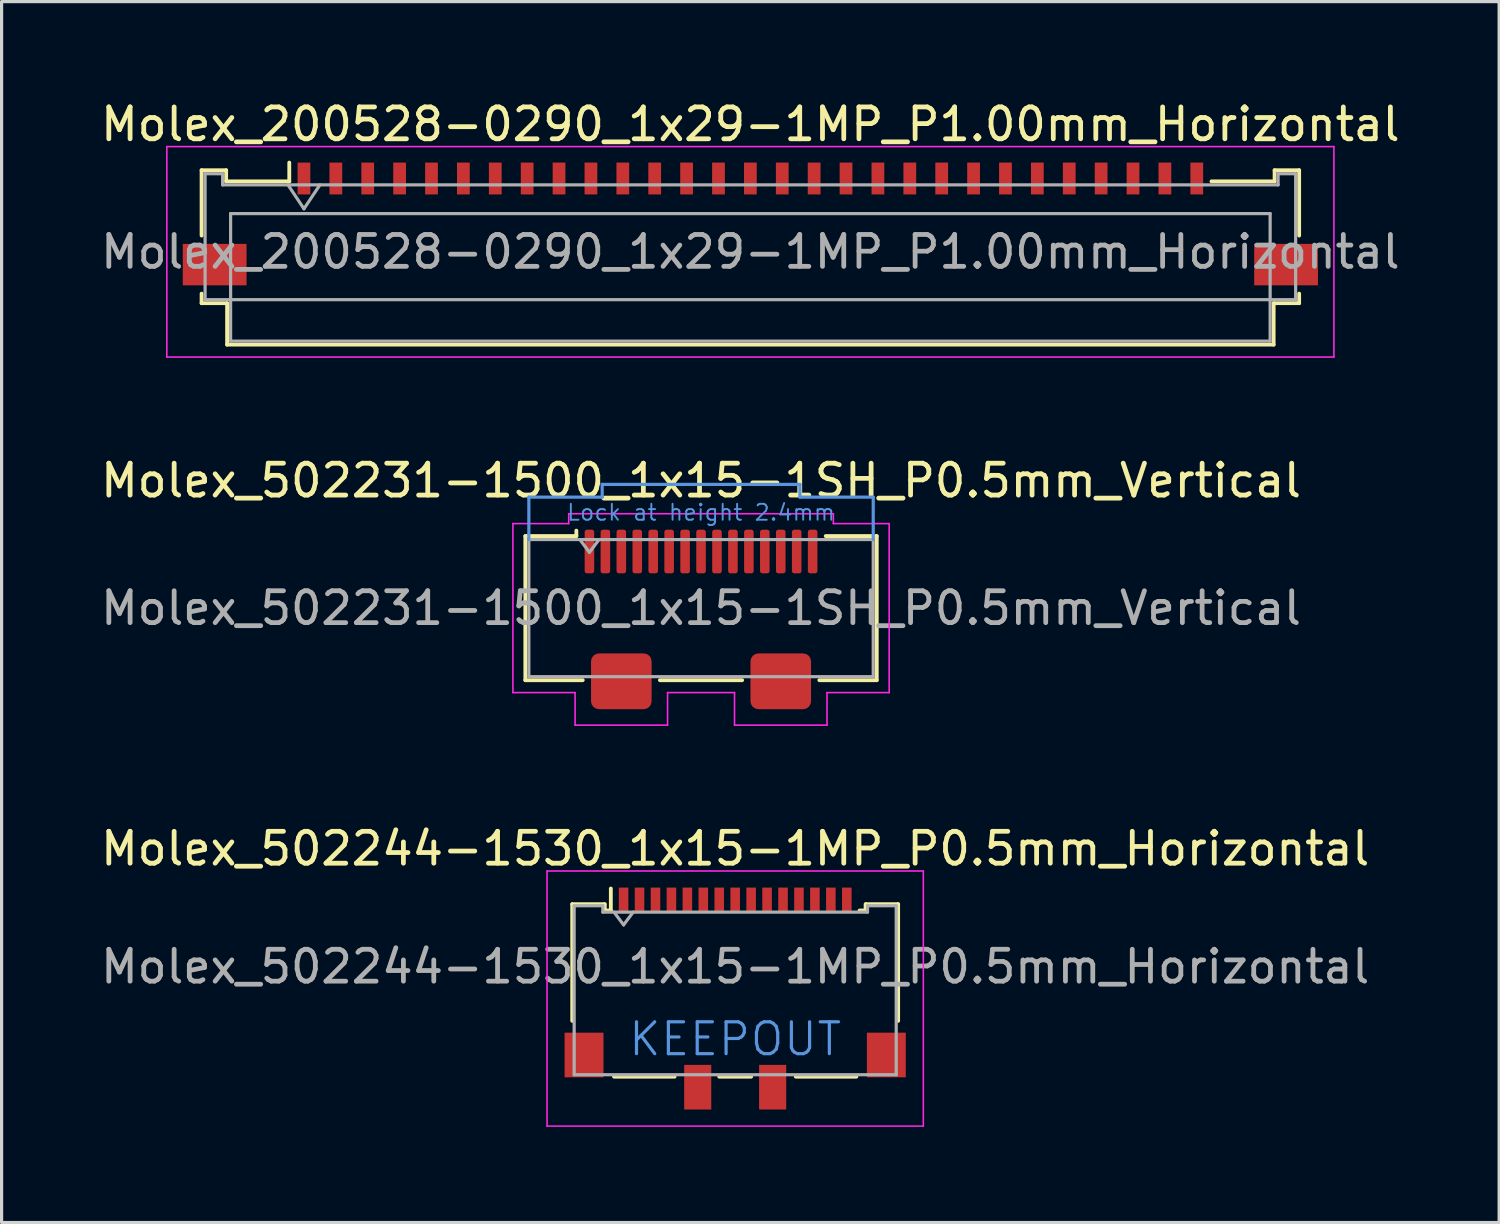
<source format=kicad_pcb>
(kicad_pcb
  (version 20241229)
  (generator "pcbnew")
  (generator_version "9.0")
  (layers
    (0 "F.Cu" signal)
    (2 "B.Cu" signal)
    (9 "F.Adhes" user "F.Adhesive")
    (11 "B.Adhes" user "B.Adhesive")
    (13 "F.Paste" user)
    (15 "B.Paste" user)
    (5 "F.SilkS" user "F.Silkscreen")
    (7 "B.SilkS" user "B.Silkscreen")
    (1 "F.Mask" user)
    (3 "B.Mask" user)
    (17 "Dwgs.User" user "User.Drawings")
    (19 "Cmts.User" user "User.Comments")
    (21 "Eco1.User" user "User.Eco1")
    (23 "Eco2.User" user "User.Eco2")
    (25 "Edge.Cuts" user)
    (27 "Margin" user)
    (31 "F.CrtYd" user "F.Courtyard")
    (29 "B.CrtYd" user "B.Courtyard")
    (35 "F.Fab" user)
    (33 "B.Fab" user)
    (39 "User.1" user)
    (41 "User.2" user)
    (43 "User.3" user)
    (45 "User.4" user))
  (footprint "Molex_502231-1500_1x15-1SH_P0.5mm_Vertical"
    (layer "F.Cu")
    (at 18.935 15.291)
    (property "Reference" "Molex_502231-1500_1x15-1SH_P0.5mm_Vertical" (at 0 -3.27 0) (layer "F.SilkS") (effects (font (size 1 1) (thickness 0.15))))
    (attr smd)
    (fp_line (start -5.51 2.99) (end -5.51 -1.53) (stroke (width 0.12) (type solid)) (layer "F.SilkS"))
    (fp_line (start -3.91 -1.53) (end -5.51 -1.53) (stroke (width 0.12) (type solid)) (layer "F.SilkS"))
    (fp_line (start -3.91 -1.53) (end -3.91 -1.7) (stroke (width 0.12) (type solid)) (layer "F.SilkS"))
    (fp_line (start -3.71 2.99) (end -5.51 2.99) (stroke (width 0.12) (type solid)) (layer "F.SilkS"))
    (fp_line (start -1.29 2.99) (end 1.29 2.99) (stroke (width 0.12) (type solid)) (layer "F.SilkS"))
    (fp_line (start 3.71 2.99) (end 5.51 2.99) (stroke (width 0.12) (type solid)) (layer "F.SilkS"))
    (fp_line (start 3.91 -1.53) (end 5.51 -1.53) (stroke (width 0.12) (type solid)) (layer "F.SilkS"))
    (fp_line (start 5.51 2.99) (end 5.51 -1.53) (stroke (width 0.12) (type solid)) (layer "F.SilkS"))
    (fp_line (start -5.4 -2.75) (end -5.4 -1.42) (stroke (width 0.1) (type solid)) (layer "Cmts.User"))
    (fp_line (start -3.1 -3.15) (end -3.1 -2.75) (stroke (width 0.1) (type solid)) (layer "Cmts.User"))
    (fp_line (start -3.1 -3.15) (end 3.1 -3.15) (stroke (width 0.1) (type solid)) (layer "Cmts.User"))
    (fp_line (start -3.1 -2.75) (end -5.4 -2.75) (stroke (width 0.1) (type solid)) (layer "Cmts.User"))
    (fp_line (start 3.1 -3.15) (end 3.1 -2.75) (stroke (width 0.1) (type solid)) (layer "Cmts.User"))
    (fp_line (start 3.1 -2.75) (end 5.4 -2.75) (stroke (width 0.1) (type solid)) (layer "Cmts.User"))
    (fp_line (start 5.4 -2.75) (end 5.4 -1.42) (stroke (width 0.1) (type solid)) (layer "Cmts.User"))
    (fp_line (start -5.9 -1.92) (end -4.15 -1.92) (stroke (width 0.05) (type solid)) (layer "F.CrtYd"))
    (fp_line (start -5.9 3.38) (end -5.9 -1.92) (stroke (width 0.05) (type solid)) (layer "F.CrtYd"))
    (fp_line (start -4.15 -1.92) (end -4.15 -2.23) (stroke (width 0.05) (type solid)) (layer "F.CrtYd"))
    (fp_line (start -3.95 3.38) (end -5.9 3.38) (stroke (width 0.05) (type solid)) (layer "F.CrtYd"))
    (fp_line (start -3.95 3.38) (end -3.95 4.4) (stroke (width 0.05) (type solid)) (layer "F.CrtYd"))
    (fp_line (start -1.05 3.38) (end -1.05 4.4) (stroke (width 0.05) (type solid)) (layer "F.CrtYd"))
    (fp_line (start -1.05 4.4) (end -3.95 4.4) (stroke (width 0.05) (type solid)) (layer "F.CrtYd"))
    (fp_line (start 1.05 3.38) (end -1.05 3.38) (stroke (width 0.05) (type solid)) (layer "F.CrtYd"))
    (fp_line (start 1.05 3.38) (end 1.05 4.4) (stroke (width 0.05) (type solid)) (layer "F.CrtYd"))
    (fp_line (start 1.05 4.4) (end 3.95 4.4) (stroke (width 0.05) (type solid)) (layer "F.CrtYd"))
    (fp_line (start 3.95 3.38) (end 3.95 4.4) (stroke (width 0.05) (type solid)) (layer "F.CrtYd"))
    (fp_line (start 3.95 3.38) (end 5.9 3.38) (stroke (width 0.05) (type solid)) (layer "F.CrtYd"))
    (fp_line (start 4.15 -2.23) (end -4.15 -2.23) (stroke (width 0.05) (type solid)) (layer "F.CrtYd"))
    (fp_line (start 4.15 -1.92) (end 4.15 -2.23) (stroke (width 0.05) (type solid)) (layer "F.CrtYd"))
    (fp_line (start 5.9 -1.92) (end 4.15 -1.92) (stroke (width 0.05) (type solid)) (layer "F.CrtYd"))
    (fp_line (start 5.9 3.38) (end 5.9 -1.92) (stroke (width 0.05) (type solid)) (layer "F.CrtYd"))
    (fp_line (start -5.4 -1.42) (end -5.4 2.88) (stroke (width 0.1) (type solid)) (layer "F.Fab"))
    (fp_line (start -5.4 -1.42) (end 5.4 -1.42) (stroke (width 0.1) (type solid)) (layer "F.Fab"))
    (fp_line (start -5.4 2.88) (end 5.4 2.88) (stroke (width 0.1) (type solid)) (layer "F.Fab"))
    (fp_line (start -3.8 -1.42) (end -3.5 -1.02) (stroke (width 0.1) (type solid)) (layer "F.Fab"))
    (fp_line (start -3.5 -1.02) (end -3.2 -1.42) (stroke (width 0.1) (type solid)) (layer "F.Fab"))
    (fp_line (start 5.4 -1.42) (end 5.4 2.88) (stroke (width 0.1) (type solid)) (layer "F.Fab"))
    (fp_text user "Lock at height 2.4mm" (at 0 -2.27 0) (layer "Cmts.User") (effects (font (size 0.5 0.5) (thickness 0.06))))
    (fp_text user "${REFERENCE}" (at 0 0.73 0) (layer "F.Fab") (effects (font (size 1 1) (thickness 0.15))))
    (pad "1" smd roundrect (at -3.5 -1.045) (size 0.3 1.37) (layers "F.Cu" "F.Mask" "F.Paste") (roundrect_rratio 0.25))
    (pad "2" smd roundrect (at -3 -1.045) (size 0.3 1.37) (layers "F.Cu" "F.Mask" "F.Paste") (roundrect_rratio 0.25))
    (pad "3" smd roundrect (at -2.5 -1.045) (size 0.3 1.37) (layers "F.Cu" "F.Mask" "F.Paste") (roundrect_rratio 0.25))
    (pad "4" smd roundrect (at -2 -1.045) (size 0.3 1.37) (layers "F.Cu" "F.Mask" "F.Paste") (roundrect_rratio 0.25))
    (pad "5" smd roundrect (at -1.5 -1.045) (size 0.3 1.37) (layers "F.Cu" "F.Mask" "F.Paste") (roundrect_rratio 0.25))
    (pad "6" smd roundrect (at -1 -1.045) (size 0.3 1.37) (layers "F.Cu" "F.Mask" "F.Paste") (roundrect_rratio 0.25))
    (pad "7" smd roundrect (at -0.5 -1.045) (size 0.3 1.37) (layers "F.Cu" "F.Mask" "F.Paste") (roundrect_rratio 0.25))
    (pad "8" smd roundrect (at 0 -1.045) (size 0.3 1.37) (layers "F.Cu" "F.Mask" "F.Paste") (roundrect_rratio 0.25))
    (pad "9" smd roundrect (at 0.5 -1.045) (size 0.3 1.37) (layers "F.Cu" "F.Mask" "F.Paste") (roundrect_rratio 0.25))
    (pad "10" smd roundrect (at 1 -1.045) (size 0.3 1.37) (layers "F.Cu" "F.Mask" "F.Paste") (roundrect_rratio 0.25))
    (pad "11" smd roundrect (at 1.5 -1.045) (size 0.3 1.37) (layers "F.Cu" "F.Mask" "F.Paste") (roundrect_rratio 0.25))
    (pad "12" smd roundrect (at 2 -1.045) (size 0.3 1.37) (layers "F.Cu" "F.Mask" "F.Paste") (roundrect_rratio 0.25))
    (pad "13" smd roundrect (at 2.5 -1.045) (size 0.3 1.37) (layers "F.Cu" "F.Mask" "F.Paste") (roundrect_rratio 0.25))
    (pad "14" smd roundrect (at 3 -1.045) (size 0.3 1.37) (layers "F.Cu" "F.Mask" "F.Paste") (roundrect_rratio 0.25))
    (pad "15" smd roundrect (at 3.5 -1.045) (size 0.3 1.37) (layers "F.Cu" "F.Mask" "F.Paste") (roundrect_rratio 0.25))
    (pad "SH" smd roundrect (at -2.5 3.025) (size 1.9 1.75) (layers "F.Cu" "F.Mask" "F.Paste") (roundrect_rratio 0.143))
    (pad "SH" smd roundrect (at 2.5 3.025) (size 1.9 1.75) (layers "F.Cu" "F.Mask" "F.Paste") (roundrect_rratio 0.143)))
  (footprint "Molex_200528-0290_1x29-1MP_P1.00mm_Horizontal"
    (layer "F.Cu")
    (at 20.482 3.458)
    (property "Reference" "Molex_200528-0290_1x29-1MP_P1.00mm_Horizontal" (at 0 -2.61 0) (layer "F.SilkS") (effects (font (size 1 1) (thickness 0.15))))
    (attr smd)
    (fp_line (start -17.21 -1.17) (end -17.21 0.88) (stroke (width 0.12) (type solid)) (layer "F.SilkS"))
    (fp_line (start -17.21 2.7) (end -17.21 3) (stroke (width 0.12) (type solid)) (layer "F.SilkS"))
    (fp_line (start -17.21 3) (end -16.41 3) (stroke (width 0.12) (type solid)) (layer "F.SilkS"))
    (fp_line (start -16.44 -1.17) (end -17.21 -1.17) (stroke (width 0.12) (type solid)) (layer "F.SilkS"))
    (fp_line (start -16.44 -0.82) (end -16.44 -1.17) (stroke (width 0.12) (type solid)) (layer "F.SilkS"))
    (fp_line (start -16.41 3) (end -16.41 4.3) (stroke (width 0.12) (type solid)) (layer "F.SilkS"))
    (fp_line (start -16.41 4.3) (end 16.41 4.3) (stroke (width 0.12) (type solid)) (layer "F.SilkS"))
    (fp_line (start -14.46 -1.41) (end -14.46 -0.82) (stroke (width 0.12) (type solid)) (layer "F.SilkS"))
    (fp_line (start -14.46 -0.82) (end -16.44 -0.82) (stroke (width 0.12) (type solid)) (layer "F.SilkS"))
    (fp_line (start 16.41 3) (end 17.21 3) (stroke (width 0.12) (type solid)) (layer "F.SilkS"))
    (fp_line (start 16.41 4.3) (end 16.41 3) (stroke (width 0.12) (type solid)) (layer "F.SilkS"))
    (fp_line (start 16.44 -1.17) (end 16.44 -0.82) (stroke (width 0.12) (type solid)) (layer "F.SilkS"))
    (fp_line (start 16.44 -0.82) (end 14.46 -0.82) (stroke (width 0.12) (type solid)) (layer "F.SilkS"))
    (fp_line (start 17.21 -1.17) (end 16.44 -1.17) (stroke (width 0.12) (type solid)) (layer "F.SilkS"))
    (fp_line (start 17.21 0.88) (end 17.21 -1.17) (stroke (width 0.12) (type solid)) (layer "F.SilkS"))
    (fp_line (start 17.21 3) (end 17.21 2.7) (stroke (width 0.12) (type solid)) (layer "F.SilkS"))
    (fp_line (start -18.3 -1.91) (end -18.3 4.69) (stroke (width 0.05) (type solid)) (layer "F.CrtYd"))
    (fp_line (start -18.3 4.69) (end 18.3 4.69) (stroke (width 0.05) (type solid)) (layer "F.CrtYd"))
    (fp_line (start 18.3 -1.91) (end -18.3 -1.91) (stroke (width 0.05) (type solid)) (layer "F.CrtYd"))
    (fp_line (start 18.3 4.69) (end 18.3 -1.91) (stroke (width 0.05) (type solid)) (layer "F.CrtYd"))
    (fp_line (start -17.1 -1.06) (end -17.1 2.89) (stroke (width 0.1) (type solid)) (layer "F.Fab"))
    (fp_line (start -17.1 2.89) (end 17.1 2.89) (stroke (width 0.1) (type solid)) (layer "F.Fab"))
    (fp_line (start -16.55 -1.06) (end -17.1 -1.06) (stroke (width 0.1) (type solid)) (layer "F.Fab"))
    (fp_line (start -16.55 -0.71) (end -16.55 -1.06) (stroke (width 0.1) (type solid)) (layer "F.Fab"))
    (fp_line (start -16.3 0.19) (end -16.3 4.19) (stroke (width 0.1) (type solid)) (layer "F.Fab"))
    (fp_line (start -16.3 4.19) (end 16.3 4.19) (stroke (width 0.1) (type solid)) (layer "F.Fab"))
    (fp_line (start -14.5 -0.71) (end -14 0.04) (stroke (width 0.1) (type solid)) (layer "F.Fab"))
    (fp_line (start -14 0.04) (end -13.5 -0.71) (stroke (width 0.1) (type solid)) (layer "F.Fab"))
    (fp_line (start 16.3 0.19) (end -16.3 0.19) (stroke (width 0.1) (type solid)) (layer "F.Fab"))
    (fp_line (start 16.3 4.19) (end 16.3 0.19) (stroke (width 0.1) (type solid)) (layer "F.Fab"))
    (fp_line (start 16.55 -1.06) (end 16.55 -0.71) (stroke (width 0.1) (type solid)) (layer "F.Fab"))
    (fp_line (start 16.55 -0.71) (end -16.55 -0.71) (stroke (width 0.1) (type solid)) (layer "F.Fab"))
    (fp_line (start 17.1 -1.06) (end 16.55 -1.06) (stroke (width 0.1) (type solid)) (layer "F.Fab"))
    (fp_line (start 17.1 2.89) (end 17.1 -1.06) (stroke (width 0.1) (type solid)) (layer "F.Fab"))
    (fp_text user "${REFERENCE}" (at 0 1.39 0) (layer "F.Fab") (effects (font (size 1 1) (thickness 0.15))))
    (pad "1" smd rect (at -14 -0.91) (size 0.4 1) (layers "F.Cu" "F.Mask" "F.Paste"))
    (pad "2" smd rect (at -13 -0.91) (size 0.4 1) (layers "F.Cu" "F.Mask" "F.Paste"))
    (pad "3" smd rect (at -12 -0.91) (size 0.4 1) (layers "F.Cu" "F.Mask" "F.Paste"))
    (pad "4" smd rect (at -11 -0.91) (size 0.4 1) (layers "F.Cu" "F.Mask" "F.Paste"))
    (pad "5" smd rect (at -10 -0.91) (size 0.4 1) (layers "F.Cu" "F.Mask" "F.Paste"))
    (pad "6" smd rect (at -9 -0.91) (size 0.4 1) (layers "F.Cu" "F.Mask" "F.Paste"))
    (pad "7" smd rect (at -8 -0.91) (size 0.4 1) (layers "F.Cu" "F.Mask" "F.Paste"))
    (pad "8" smd rect (at -7 -0.91) (size 0.4 1) (layers "F.Cu" "F.Mask" "F.Paste"))
    (pad "9" smd rect (at -6 -0.91) (size 0.4 1) (layers "F.Cu" "F.Mask" "F.Paste"))
    (pad "10" smd rect (at -5 -0.91) (size 0.4 1) (layers "F.Cu" "F.Mask" "F.Paste"))
    (pad "11" smd rect (at -4 -0.91) (size 0.4 1) (layers "F.Cu" "F.Mask" "F.Paste"))
    (pad "12" smd rect (at -3 -0.91) (size 0.4 1) (layers "F.Cu" "F.Mask" "F.Paste"))
    (pad "13" smd rect (at -2 -0.91) (size 0.4 1) (layers "F.Cu" "F.Mask" "F.Paste"))
    (pad "14" smd rect (at -1 -0.91) (size 0.4 1) (layers "F.Cu" "F.Mask" "F.Paste"))
    (pad "15" smd rect (at 0 -0.91) (size 0.4 1) (layers "F.Cu" "F.Mask" "F.Paste"))
    (pad "16" smd rect (at 1 -0.91) (size 0.4 1) (layers "F.Cu" "F.Mask" "F.Paste"))
    (pad "17" smd rect (at 2 -0.91) (size 0.4 1) (layers "F.Cu" "F.Mask" "F.Paste"))
    (pad "18" smd rect (at 3 -0.91) (size 0.4 1) (layers "F.Cu" "F.Mask" "F.Paste"))
    (pad "19" smd rect (at 4 -0.91) (size 0.4 1) (layers "F.Cu" "F.Mask" "F.Paste"))
    (pad "20" smd rect (at 5 -0.91) (size 0.4 1) (layers "F.Cu" "F.Mask" "F.Paste"))
    (pad "21" smd rect (at 6 -0.91) (size 0.4 1) (layers "F.Cu" "F.Mask" "F.Paste"))
    (pad "22" smd rect (at 7 -0.91) (size 0.4 1) (layers "F.Cu" "F.Mask" "F.Paste"))
    (pad "23" smd rect (at 8 -0.91) (size 0.4 1) (layers "F.Cu" "F.Mask" "F.Paste"))
    (pad "24" smd rect (at 9 -0.91) (size 0.4 1) (layers "F.Cu" "F.Mask" "F.Paste"))
    (pad "25" smd rect (at 10 -0.91) (size 0.4 1) (layers "F.Cu" "F.Mask" "F.Paste"))
    (pad "26" smd rect (at 11 -0.91) (size 0.4 1) (layers "F.Cu" "F.Mask" "F.Paste"))
    (pad "27" smd rect (at 12 -0.91) (size 0.4 1) (layers "F.Cu" "F.Mask" "F.Paste"))
    (pad "28" smd rect (at 13 -0.91) (size 0.4 1) (layers "F.Cu" "F.Mask" "F.Paste"))
    (pad "29" smd rect (at 14 -0.91) (size 0.4 1) (layers "F.Cu" "F.Mask" "F.Paste"))
    (pad "MP" smd rect (at -16.8 1.79) (size 2 1.3) (layers "F.Cu" "F.Mask" "F.Paste"))
    (pad "MP" smd rect (at 16.8 1.79) (size 2 1.3) (layers "F.Cu" "F.Mask" "F.Paste")))
  (footprint "Molex_502244-1530_1x15-1MP_P0.5mm_Horizontal"
    (layer "F.Cu")
    (at 20.006 28.265)
    (property "Reference" "Molex_502244-1530_1x15-1MP_P0.5mm_Horizontal" (at 0 -4.7 0) (layer "F.SilkS") (effects (font (size 1 1) (thickness 0.15))))
    (attr smd)
    (fp_line (start -5.11 -2.96) (end -4.1 -2.96) (stroke (width 0.12) (type solid)) (layer "F.SilkS"))
    (fp_line (start -5.11 0.7) (end -5.11 -2.96) (stroke (width 0.12) (type solid)) (layer "F.SilkS"))
    (fp_line (start -4.09 -2.76) (end -4.09 -2.96) (stroke (width 0.12) (type solid)) (layer "F.SilkS"))
    (fp_line (start -4.09 -2.76) (end -3.9 -2.76) (stroke (width 0.12) (type solid)) (layer "F.SilkS"))
    (fp_line (start -3.9 -2.76) (end -3.9 -3.45) (stroke (width 0.12) (type solid)) (layer "F.SilkS"))
    (fp_line (start -3.8 2.45) (end -1.9 2.45) (stroke (width 0.12) (type solid)) (layer "F.SilkS"))
    (fp_line (start -0.5 2.45) (end 0.5 2.45) (stroke (width 0.12) (type solid)) (layer "F.SilkS"))
    (fp_line (start 1.9 2.45) (end 3.8 2.45) (stroke (width 0.12) (type solid)) (layer "F.SilkS"))
    (fp_line (start 4.09 -2.96) (end 4.09 -2.76) (stroke (width 0.12) (type solid)) (layer "F.SilkS"))
    (fp_line (start 4.09 -2.76) (end 3.9 -2.76) (stroke (width 0.12) (type solid)) (layer "F.SilkS"))
    (fp_line (start 4.1 -2.96) (end 5.11 -2.96) (stroke (width 0.12) (type solid)) (layer "F.SilkS"))
    (fp_line (start 5.11 -2.96) (end 5.11 0.7) (stroke (width 0.12) (type solid)) (layer "F.SilkS"))
    (fp_line (start -5.9 -4) (end 5.9 -4) (stroke (width 0.05) (type solid)) (layer "F.CrtYd"))
    (fp_line (start -5.9 4) (end -5.9 -4) (stroke (width 0.05) (type solid)) (layer "F.CrtYd"))
    (fp_line (start 5.9 -4) (end 5.9 4) (stroke (width 0.05) (type solid)) (layer "F.CrtYd"))
    (fp_line (start 5.9 4) (end -5.9 4) (stroke (width 0.05) (type solid)) (layer "F.CrtYd"))
    (fp_line (start -5.05 -2.91) (end -5.05 2.39) (stroke (width 0.1) (type solid)) (layer "F.Fab"))
    (fp_line (start -5.05 2.39) (end 5.05 2.39) (stroke (width 0.1) (type solid)) (layer "F.Fab"))
    (fp_line (start -4.15 -2.91) (end -5.05 -2.91) (stroke (width 0.1) (type solid)) (layer "F.Fab"))
    (fp_line (start -4.15 -2.71) (end -4.15 -2.91) (stroke (width 0.1) (type solid)) (layer "F.Fab"))
    (fp_line (start -3.8 -2.71) (end -3.5 -2.31) (stroke (width 0.1) (type solid)) (layer "F.Fab"))
    (fp_line (start -3.5 -2.31) (end -3.2 -2.71) (stroke (width 0.1) (type solid)) (layer "F.Fab"))
    (fp_line (start 4.15 -2.91) (end 4.15 -2.71) (stroke (width 0.1) (type solid)) (layer "F.Fab"))
    (fp_line (start 4.15 -2.71) (end -4.15 -2.71) (stroke (width 0.1) (type solid)) (layer "F.Fab"))
    (fp_line (start 5.05 -2.91) (end 4.15 -2.91) (stroke (width 0.1) (type solid)) (layer "F.Fab"))
    (fp_line (start 5.05 -2.91) (end 5.05 2.39) (stroke (width 0.1) (type solid)) (layer "F.Fab"))
    (fp_text user "KEEPOUT" (at 0 1.271 0) (layer "Cmts.User") (effects (font (size 1 1) (thickness 0.1))))
    (fp_text user "${REFERENCE}" (at 0 -1 0) (layer "F.Fab") (effects (font (size 1 1) (thickness 0.15))))
    (pad "1" smd rect (at -3.5 -3.08) (size 0.3 0.8) (layers "F.Cu" "F.Mask" "F.Paste"))
    (pad "2" smd rect (at -3 -3.08) (size 0.3 0.8) (layers "F.Cu" "F.Mask" "F.Paste"))
    (pad "3" smd rect (at -2.5 -3.08) (size 0.3 0.8) (layers "F.Cu" "F.Mask" "F.Paste"))
    (pad "4" smd rect (at -2 -3.08) (size 0.3 0.8) (layers "F.Cu" "F.Mask" "F.Paste"))
    (pad "5" smd rect (at -1.5 -3.08) (size 0.3 0.8) (layers "F.Cu" "F.Mask" "F.Paste"))
    (pad "6" smd rect (at -1 -3.08) (size 0.3 0.8) (layers "F.Cu" "F.Mask" "F.Paste"))
    (pad "7" smd rect (at -0.5 -3.08) (size 0.3 0.8) (layers "F.Cu" "F.Mask" "F.Paste"))
    (pad "8" smd rect (at 0 -3.08) (size 0.3 0.8) (layers "F.Cu" "F.Mask" "F.Paste"))
    (pad "9" smd rect (at 0.5 -3.08) (size 0.3 0.8) (layers "F.Cu" "F.Mask" "F.Paste"))
    (pad "10" smd rect (at 1 -3.08) (size 0.3 0.8) (layers "F.Cu" "F.Mask" "F.Paste"))
    (pad "11" smd rect (at 1.5 -3.08) (size 0.3 0.8) (layers "F.Cu" "F.Mask" "F.Paste"))
    (pad "12" smd rect (at 2 -3.08) (size 0.3 0.8) (layers "F.Cu" "F.Mask" "F.Paste"))
    (pad "13" smd rect (at 2.5 -3.08) (size 0.3 0.8) (layers "F.Cu" "F.Mask" "F.Paste"))
    (pad "14" smd rect (at 3 -3.08) (size 0.3 0.8) (layers "F.Cu" "F.Mask" "F.Paste"))
    (pad "15" smd rect (at 3.5 -3.08) (size 0.3 0.8) (layers "F.Cu" "F.Mask" "F.Paste"))
    (pad "MP" smd rect (at -4.74 1.77) (size 1.22 1.4) (layers "F.Cu" "F.Mask" "F.Paste"))
    (pad "MP" smd rect (at -1.175 2.78) (size 0.85 1.4) (layers "F.Cu" "F.Mask" "F.Paste"))
    (pad "MP" smd rect (at 1.175 2.78) (size 0.85 1.4) (layers "F.Cu" "F.Mask" "F.Paste"))
    (pad "MP" smd rect (at 4.74 1.77) (size 1.22 1.4) (layers "F.Cu" "F.Mask" "F.Paste"))
    (zone (net_name "") (layer "F.Cu") (hatch full 0.508) (connect_pads) (min_thickness 0.254) (filled_areas_thickness no) (keepout (tracks not_allowed) (vias not_allowed) (pads not_allowed) (copperpour not_allowed) (footprints not_allowed)) (placement (enabled no)) (fill) (polygon (pts (xy 20.006 30.775) (xy 19.256 30.775) (xy 19.256 30.345) (xy 18.406 30.345) (xy 18.406 30.775) (xy 15.876 30.775) (xy 15.876 28.225) (xy 20.006 28.225))))
    (zone (net_name "") (layer "F.Cu") (hatch full 0.508) (connect_pads) (min_thickness 0.254) (filled_areas_thickness no) (keepout (tracks not_allowed) (vias not_allowed) (pads not_allowed) (copperpour not_allowed) (footprints not_allowed)) (placement (enabled no)) (fill) (polygon (pts (xy 20.006 30.775) (xy 20.756 30.775) (xy 20.756 30.345) (xy 21.606 30.345) (xy 21.606 30.775) (xy 24.136 30.775) (xy 24.136 28.225) (xy 20.006 28.225)))))
  (gr_rect
    (start -3 -3)
    (end 43.964 35.29)
    (stroke (width 0.1) (type default))
    (fill no)
    (layer "Edge.Cuts")))
</source>
